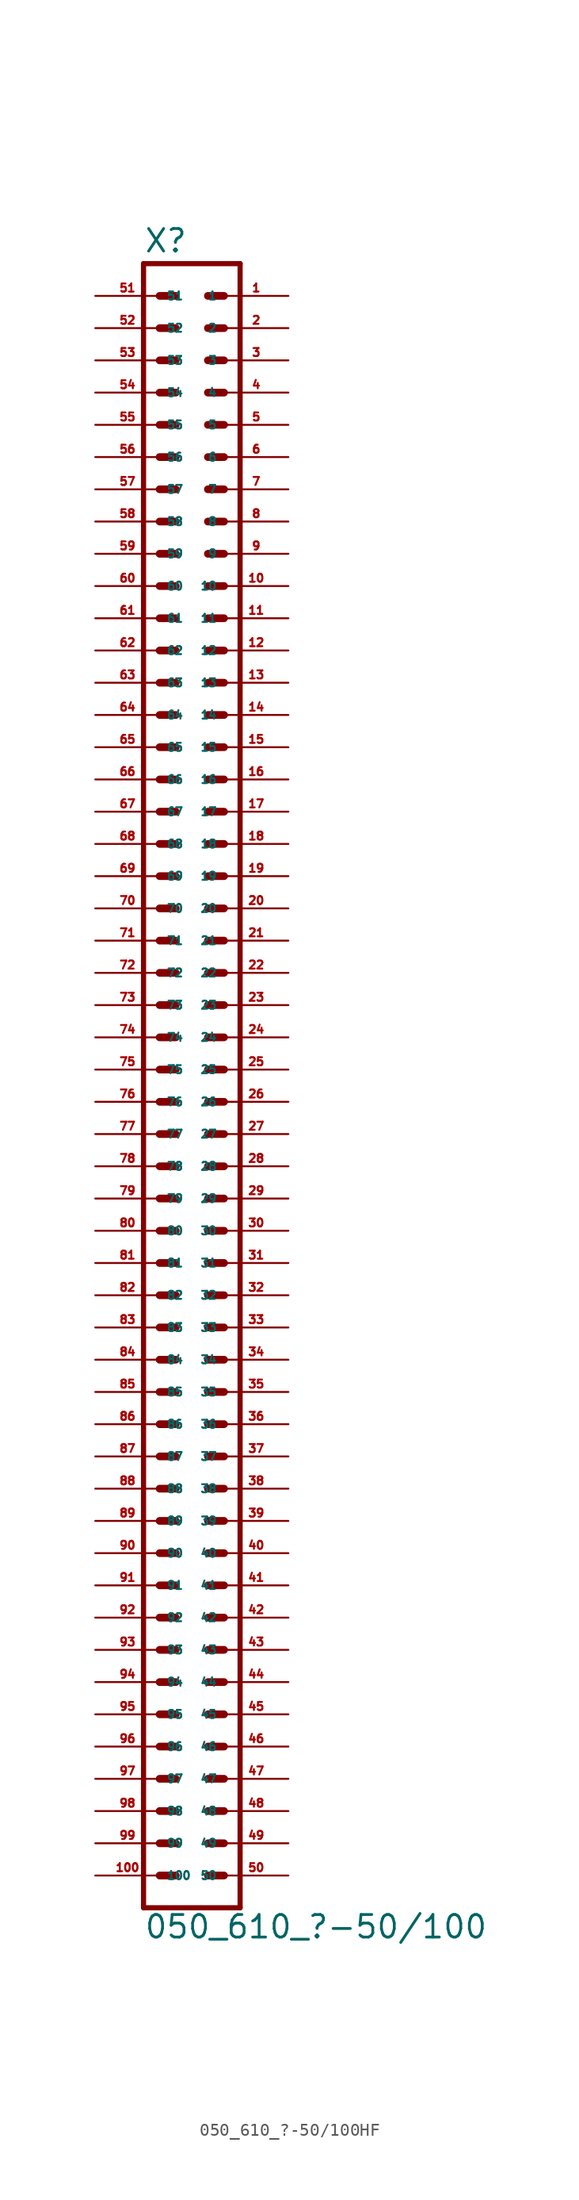
<source format=kicad_sym>
(kicad_symbol_lib
  (version 20220914)
  (generator Eagle2Kicad)
  (symbol "050_610_?-50/100HF"
    (property "Reference" "X"
      (at -3.81 61.722 0)
      (effects (font (size 1.778 1.778) (thickness 0.22)) (justify left bottom)))
    (property "Value" "050_610_?-50/100"
      (at -3.81 -71.12 0)
      (effects (font (size 1.778 1.778) (thickness 0.22)) (justify left bottom)))
    (polyline
      (pts (xy 3.81 -68.58) (xy -3.81 -68.58))
      (stroke (width 0.406) (type default))
      (fill (type none)))
    (polyline
      (pts (xy -3.81 60.96) (xy -3.81 -68.58))
      (stroke (width 0.406) (type default))
      (fill (type none)))
    (polyline
      (pts (xy 3.81 -68.58) (xy 3.81 60.96))
      (stroke (width 0.406) (type default))
      (fill (type none)))
    (polyline
      (pts (xy -3.81 60.96) (xy 3.81 60.96))
      (stroke (width 0.406) (type default))
      (fill (type none)))
    (polyline
      (pts (xy 1.27 58.42) (xy 2.54 58.42))
      (stroke (width 0.61) (type default))
      (fill (type none)))
    (polyline
      (pts (xy 1.27 55.88) (xy 2.54 55.88))
      (stroke (width 0.61) (type default))
      (fill (type none)))
    (polyline
      (pts (xy 1.27 53.34) (xy 2.54 53.34))
      (stroke (width 0.61) (type default))
      (fill (type none)))
    (polyline
      (pts (xy 1.27 50.8) (xy 2.54 50.8))
      (stroke (width 0.61) (type default))
      (fill (type none)))
    (polyline
      (pts (xy 1.27 48.26) (xy 2.54 48.26))
      (stroke (width 0.61) (type default))
      (fill (type none)))
    (polyline
      (pts (xy 1.27 45.72) (xy 2.54 45.72))
      (stroke (width 0.61) (type default))
      (fill (type none)))
    (polyline
      (pts (xy 1.27 43.18) (xy 2.54 43.18))
      (stroke (width 0.61) (type default))
      (fill (type none)))
    (polyline
      (pts (xy 1.27 40.64) (xy 2.54 40.64))
      (stroke (width 0.61) (type default))
      (fill (type none)))
    (polyline
      (pts (xy 1.27 38.1) (xy 2.54 38.1))
      (stroke (width 0.61) (type default))
      (fill (type none)))
    (polyline
      (pts (xy 1.27 35.56) (xy 2.54 35.56))
      (stroke (width 0.61) (type default))
      (fill (type none)))
    (polyline
      (pts (xy 1.27 33.02) (xy 2.54 33.02))
      (stroke (width 0.61) (type default))
      (fill (type none)))
    (polyline
      (pts (xy 1.27 30.48) (xy 2.54 30.48))
      (stroke (width 0.61) (type default))
      (fill (type none)))
    (polyline
      (pts (xy 1.27 27.94) (xy 2.54 27.94))
      (stroke (width 0.61) (type default))
      (fill (type none)))
    (polyline
      (pts (xy 1.27 25.4) (xy 2.54 25.4))
      (stroke (width 0.61) (type default))
      (fill (type none)))
    (polyline
      (pts (xy 1.27 22.86) (xy 2.54 22.86))
      (stroke (width 0.61) (type default))
      (fill (type none)))
    (polyline
      (pts (xy 1.27 20.32) (xy 2.54 20.32))
      (stroke (width 0.61) (type default))
      (fill (type none)))
    (polyline
      (pts (xy 1.27 17.78) (xy 2.54 17.78))
      (stroke (width 0.61) (type default))
      (fill (type none)))
    (polyline
      (pts (xy 1.27 15.24) (xy 2.54 15.24))
      (stroke (width 0.61) (type default))
      (fill (type none)))
    (polyline
      (pts (xy 1.27 12.7) (xy 2.54 12.7))
      (stroke (width 0.61) (type default))
      (fill (type none)))
    (polyline
      (pts (xy 1.27 10.16) (xy 2.54 10.16))
      (stroke (width 0.61) (type default))
      (fill (type none)))
    (polyline
      (pts (xy 1.27 7.62) (xy 2.54 7.62))
      (stroke (width 0.61) (type default))
      (fill (type none)))
    (polyline
      (pts (xy 1.27 5.08) (xy 2.54 5.08))
      (stroke (width 0.61) (type default))
      (fill (type none)))
    (polyline
      (pts (xy 1.27 2.54) (xy 2.54 2.54))
      (stroke (width 0.61) (type default))
      (fill (type none)))
    (polyline
      (pts (xy 1.27 0) (xy 2.54 0))
      (stroke (width 0.61) (type default))
      (fill (type none)))
    (polyline
      (pts (xy 1.27 -2.54) (xy 2.54 -2.54))
      (stroke (width 0.61) (type default))
      (fill (type none)))
    (polyline
      (pts (xy 1.27 -5.08) (xy 2.54 -5.08))
      (stroke (width 0.61) (type default))
      (fill (type none)))
    (polyline
      (pts (xy 1.27 -7.62) (xy 2.54 -7.62))
      (stroke (width 0.61) (type default))
      (fill (type none)))
    (polyline
      (pts (xy 1.27 -10.16) (xy 2.54 -10.16))
      (stroke (width 0.61) (type default))
      (fill (type none)))
    (polyline
      (pts (xy 1.27 -12.7) (xy 2.54 -12.7))
      (stroke (width 0.61) (type default))
      (fill (type none)))
    (polyline
      (pts (xy 1.27 -15.24) (xy 2.54 -15.24))
      (stroke (width 0.61) (type default))
      (fill (type none)))
    (polyline
      (pts (xy 1.27 -17.78) (xy 2.54 -17.78))
      (stroke (width 0.61) (type default))
      (fill (type none)))
    (polyline
      (pts (xy 1.27 -20.32) (xy 2.54 -20.32))
      (stroke (width 0.61) (type default))
      (fill (type none)))
    (polyline
      (pts (xy 1.27 -22.86) (xy 2.54 -22.86))
      (stroke (width 0.61) (type default))
      (fill (type none)))
    (polyline
      (pts (xy 1.27 -25.4) (xy 2.54 -25.4))
      (stroke (width 0.61) (type default))
      (fill (type none)))
    (polyline
      (pts (xy 1.27 -27.94) (xy 2.54 -27.94))
      (stroke (width 0.61) (type default))
      (fill (type none)))
    (polyline
      (pts (xy 1.27 -30.48) (xy 2.54 -30.48))
      (stroke (width 0.61) (type default))
      (fill (type none)))
    (polyline
      (pts (xy 1.27 -33.02) (xy 2.54 -33.02))
      (stroke (width 0.61) (type default))
      (fill (type none)))
    (polyline
      (pts (xy 1.27 -35.56) (xy 2.54 -35.56))
      (stroke (width 0.61) (type default))
      (fill (type none)))
    (polyline
      (pts (xy 1.27 -38.1) (xy 2.54 -38.1))
      (stroke (width 0.61) (type default))
      (fill (type none)))
    (polyline
      (pts (xy 1.27 -40.64) (xy 2.54 -40.64))
      (stroke (width 0.61) (type default))
      (fill (type none)))
    (polyline
      (pts (xy 1.27 -43.18) (xy 2.54 -43.18))
      (stroke (width 0.61) (type default))
      (fill (type none)))
    (polyline
      (pts (xy 1.27 -45.72) (xy 2.54 -45.72))
      (stroke (width 0.61) (type default))
      (fill (type none)))
    (polyline
      (pts (xy 1.27 -48.26) (xy 2.54 -48.26))
      (stroke (width 0.61) (type default))
      (fill (type none)))
    (polyline
      (pts (xy 1.27 -50.8) (xy 2.54 -50.8))
      (stroke (width 0.61) (type default))
      (fill (type none)))
    (polyline
      (pts (xy 1.27 -53.34) (xy 2.54 -53.34))
      (stroke (width 0.61) (type default))
      (fill (type none)))
    (polyline
      (pts (xy 1.27 -55.88) (xy 2.54 -55.88))
      (stroke (width 0.61) (type default))
      (fill (type none)))
    (polyline
      (pts (xy 1.27 -58.42) (xy 2.54 -58.42))
      (stroke (width 0.61) (type default))
      (fill (type none)))
    (polyline
      (pts (xy 1.27 -60.96) (xy 2.54 -60.96))
      (stroke (width 0.61) (type default))
      (fill (type none)))
    (polyline
      (pts (xy 1.27 -63.5) (xy 2.54 -63.5))
      (stroke (width 0.61) (type default))
      (fill (type none)))
    (polyline
      (pts (xy 1.27 -66.04) (xy 2.54 -66.04))
      (stroke (width 0.61) (type default))
      (fill (type none)))
    (polyline
      (pts (xy -1.27 58.42) (xy -2.54 58.42))
      (stroke (width 0.61) (type default))
      (fill (type none)))
    (polyline
      (pts (xy -1.27 55.88) (xy -2.54 55.88))
      (stroke (width 0.61) (type default))
      (fill (type none)))
    (polyline
      (pts (xy -1.27 53.34) (xy -2.54 53.34))
      (stroke (width 0.61) (type default))
      (fill (type none)))
    (polyline
      (pts (xy -1.27 50.8) (xy -2.54 50.8))
      (stroke (width 0.61) (type default))
      (fill (type none)))
    (polyline
      (pts (xy -1.27 48.26) (xy -2.54 48.26))
      (stroke (width 0.61) (type default))
      (fill (type none)))
    (polyline
      (pts (xy -1.27 45.72) (xy -2.54 45.72))
      (stroke (width 0.61) (type default))
      (fill (type none)))
    (polyline
      (pts (xy -1.27 43.18) (xy -2.54 43.18))
      (stroke (width 0.61) (type default))
      (fill (type none)))
    (polyline
      (pts (xy -1.27 40.64) (xy -2.54 40.64))
      (stroke (width 0.61) (type default))
      (fill (type none)))
    (polyline
      (pts (xy -1.27 38.1) (xy -2.54 38.1))
      (stroke (width 0.61) (type default))
      (fill (type none)))
    (polyline
      (pts (xy -1.27 35.56) (xy -2.54 35.56))
      (stroke (width 0.61) (type default))
      (fill (type none)))
    (polyline
      (pts (xy -1.27 33.02) (xy -2.54 33.02))
      (stroke (width 0.61) (type default))
      (fill (type none)))
    (polyline
      (pts (xy -1.27 30.48) (xy -2.54 30.48))
      (stroke (width 0.61) (type default))
      (fill (type none)))
    (polyline
      (pts (xy -1.27 27.94) (xy -2.54 27.94))
      (stroke (width 0.61) (type default))
      (fill (type none)))
    (polyline
      (pts (xy -1.27 25.4) (xy -2.54 25.4))
      (stroke (width 0.61) (type default))
      (fill (type none)))
    (polyline
      (pts (xy -1.27 22.86) (xy -2.54 22.86))
      (stroke (width 0.61) (type default))
      (fill (type none)))
    (polyline
      (pts (xy -1.27 20.32) (xy -2.54 20.32))
      (stroke (width 0.61) (type default))
      (fill (type none)))
    (polyline
      (pts (xy -1.27 17.78) (xy -2.54 17.78))
      (stroke (width 0.61) (type default))
      (fill (type none)))
    (polyline
      (pts (xy -1.27 15.24) (xy -2.54 15.24))
      (stroke (width 0.61) (type default))
      (fill (type none)))
    (polyline
      (pts (xy -1.27 12.7) (xy -2.54 12.7))
      (stroke (width 0.61) (type default))
      (fill (type none)))
    (polyline
      (pts (xy -1.27 10.16) (xy -2.54 10.16))
      (stroke (width 0.61) (type default))
      (fill (type none)))
    (polyline
      (pts (xy -1.27 7.62) (xy -2.54 7.62))
      (stroke (width 0.61) (type default))
      (fill (type none)))
    (polyline
      (pts (xy -1.27 5.08) (xy -2.54 5.08))
      (stroke (width 0.61) (type default))
      (fill (type none)))
    (polyline
      (pts (xy -1.27 2.54) (xy -2.54 2.54))
      (stroke (width 0.61) (type default))
      (fill (type none)))
    (polyline
      (pts (xy -1.27 0) (xy -2.54 0))
      (stroke (width 0.61) (type default))
      (fill (type none)))
    (polyline
      (pts (xy -1.27 -2.54) (xy -2.54 -2.54))
      (stroke (width 0.61) (type default))
      (fill (type none)))
    (polyline
      (pts (xy -1.27 -5.08) (xy -2.54 -5.08))
      (stroke (width 0.61) (type default))
      (fill (type none)))
    (polyline
      (pts (xy -1.27 -7.62) (xy -2.54 -7.62))
      (stroke (width 0.61) (type default))
      (fill (type none)))
    (polyline
      (pts (xy -1.27 -10.16) (xy -2.54 -10.16))
      (stroke (width 0.61) (type default))
      (fill (type none)))
    (polyline
      (pts (xy -1.27 -12.7) (xy -2.54 -12.7))
      (stroke (width 0.61) (type default))
      (fill (type none)))
    (polyline
      (pts (xy -1.27 -15.24) (xy -2.54 -15.24))
      (stroke (width 0.61) (type default))
      (fill (type none)))
    (polyline
      (pts (xy -1.27 -17.78) (xy -2.54 -17.78))
      (stroke (width 0.61) (type default))
      (fill (type none)))
    (polyline
      (pts (xy -1.27 -20.32) (xy -2.54 -20.32))
      (stroke (width 0.61) (type default))
      (fill (type none)))
    (polyline
      (pts (xy -1.27 -22.86) (xy -2.54 -22.86))
      (stroke (width 0.61) (type default))
      (fill (type none)))
    (polyline
      (pts (xy -1.27 -25.4) (xy -2.54 -25.4))
      (stroke (width 0.61) (type default))
      (fill (type none)))
    (polyline
      (pts (xy -1.27 -27.94) (xy -2.54 -27.94))
      (stroke (width 0.61) (type default))
      (fill (type none)))
    (polyline
      (pts (xy -1.27 -30.48) (xy -2.54 -30.48))
      (stroke (width 0.61) (type default))
      (fill (type none)))
    (polyline
      (pts (xy -1.27 -33.02) (xy -2.54 -33.02))
      (stroke (width 0.61) (type default))
      (fill (type none)))
    (polyline
      (pts (xy -1.27 -35.56) (xy -2.54 -35.56))
      (stroke (width 0.61) (type default))
      (fill (type none)))
    (polyline
      (pts (xy -1.27 -38.1) (xy -2.54 -38.1))
      (stroke (width 0.61) (type default))
      (fill (type none)))
    (polyline
      (pts (xy -1.27 -40.64) (xy -2.54 -40.64))
      (stroke (width 0.61) (type default))
      (fill (type none)))
    (polyline
      (pts (xy -1.27 -43.18) (xy -2.54 -43.18))
      (stroke (width 0.61) (type default))
      (fill (type none)))
    (polyline
      (pts (xy -1.27 -45.72) (xy -2.54 -45.72))
      (stroke (width 0.61) (type default))
      (fill (type none)))
    (polyline
      (pts (xy -1.27 -48.26) (xy -2.54 -48.26))
      (stroke (width 0.61) (type default))
      (fill (type none)))
    (polyline
      (pts (xy -1.27 -50.8) (xy -2.54 -50.8))
      (stroke (width 0.61) (type default))
      (fill (type none)))
    (polyline
      (pts (xy -1.27 -53.34) (xy -2.54 -53.34))
      (stroke (width 0.61) (type default))
      (fill (type none)))
    (polyline
      (pts (xy -1.27 -55.88) (xy -2.54 -55.88))
      (stroke (width 0.61) (type default))
      (fill (type none)))
    (polyline
      (pts (xy -1.27 -58.42) (xy -2.54 -58.42))
      (stroke (width 0.61) (type default))
      (fill (type none)))
    (polyline
      (pts (xy -1.27 -60.96) (xy -2.54 -60.96))
      (stroke (width 0.61) (type default))
      (fill (type none)))
    (polyline
      (pts (xy -1.27 -63.5) (xy -2.54 -63.5))
      (stroke (width 0.61) (type default))
      (fill (type none)))
    (polyline
      (pts (xy -1.27 -66.04) (xy -2.54 -66.04))
      (stroke (width 0.61) (type default))
      (fill (type none)))
    (pin passive line
      (at 7.62 58.42 180)
      (length 5.08)
      (name "1" (effects (font (size 0.635 0.635) (thickness 0.08)) (justify left bottom)))
      (number "1" (effects (font (size 0.635 0.635) (thickness 0.08)) (justify left bottom))))
    (pin passive line
      (at 7.62 55.88 180)
      (length 5.08)
      (name "2" (effects (font (size 0.635 0.635) (thickness 0.08)) (justify left bottom)))
      (number "2" (effects (font (size 0.635 0.635) (thickness 0.08)) (justify left bottom))))
    (pin passive line
      (at 7.62 53.34 180)
      (length 5.08)
      (name "3" (effects (font (size 0.635 0.635) (thickness 0.08)) (justify left bottom)))
      (number "3" (effects (font (size 0.635 0.635) (thickness 0.08)) (justify left bottom))))
    (pin passive line
      (at 7.62 50.8 180)
      (length 5.08)
      (name "4" (effects (font (size 0.635 0.635) (thickness 0.08)) (justify left bottom)))
      (number "4" (effects (font (size 0.635 0.635) (thickness 0.08)) (justify left bottom))))
    (pin passive line
      (at 7.62 48.26 180)
      (length 5.08)
      (name "5" (effects (font (size 0.635 0.635) (thickness 0.08)) (justify left bottom)))
      (number "5" (effects (font (size 0.635 0.635) (thickness 0.08)) (justify left bottom))))
    (pin passive line
      (at 7.62 45.72 180)
      (length 5.08)
      (name "6" (effects (font (size 0.635 0.635) (thickness 0.08)) (justify left bottom)))
      (number "6" (effects (font (size 0.635 0.635) (thickness 0.08)) (justify left bottom))))
    (pin passive line
      (at 7.62 43.18 180)
      (length 5.08)
      (name "7" (effects (font (size 0.635 0.635) (thickness 0.08)) (justify left bottom)))
      (number "7" (effects (font (size 0.635 0.635) (thickness 0.08)) (justify left bottom))))
    (pin passive line
      (at 7.62 40.64 180)
      (length 5.08)
      (name "8" (effects (font (size 0.635 0.635) (thickness 0.08)) (justify left bottom)))
      (number "8" (effects (font (size 0.635 0.635) (thickness 0.08)) (justify left bottom))))
    (pin passive line
      (at 7.62 38.1 180)
      (length 5.08)
      (name "9" (effects (font (size 0.635 0.635) (thickness 0.08)) (justify left bottom)))
      (number "9" (effects (font (size 0.635 0.635) (thickness 0.08)) (justify left bottom))))
    (pin passive line
      (at 7.62 35.56 180)
      (length 5.08)
      (name "10" (effects (font (size 0.635 0.635) (thickness 0.08)) (justify left bottom)))
      (number "10" (effects (font (size 0.635 0.635) (thickness 0.08)) (justify left bottom))))
    (pin passive line
      (at 7.62 33.02 180)
      (length 5.08)
      (name "11" (effects (font (size 0.635 0.635) (thickness 0.08)) (justify left bottom)))
      (number "11" (effects (font (size 0.635 0.635) (thickness 0.08)) (justify left bottom))))
    (pin passive line
      (at 7.62 30.48 180)
      (length 5.08)
      (name "12" (effects (font (size 0.635 0.635) (thickness 0.08)) (justify left bottom)))
      (number "12" (effects (font (size 0.635 0.635) (thickness 0.08)) (justify left bottom))))
    (pin passive line
      (at 7.62 27.94 180)
      (length 5.08)
      (name "13" (effects (font (size 0.635 0.635) (thickness 0.08)) (justify left bottom)))
      (number "13" (effects (font (size 0.635 0.635) (thickness 0.08)) (justify left bottom))))
    (pin passive line
      (at 7.62 25.4 180)
      (length 5.08)
      (name "14" (effects (font (size 0.635 0.635) (thickness 0.08)) (justify left bottom)))
      (number "14" (effects (font (size 0.635 0.635) (thickness 0.08)) (justify left bottom))))
    (pin passive line
      (at 7.62 22.86 180)
      (length 5.08)
      (name "15" (effects (font (size 0.635 0.635) (thickness 0.08)) (justify left bottom)))
      (number "15" (effects (font (size 0.635 0.635) (thickness 0.08)) (justify left bottom))))
    (pin passive line
      (at 7.62 20.32 180)
      (length 5.08)
      (name "16" (effects (font (size 0.635 0.635) (thickness 0.08)) (justify left bottom)))
      (number "16" (effects (font (size 0.635 0.635) (thickness 0.08)) (justify left bottom))))
    (pin passive line
      (at 7.62 17.78 180)
      (length 5.08)
      (name "17" (effects (font (size 0.635 0.635) (thickness 0.08)) (justify left bottom)))
      (number "17" (effects (font (size 0.635 0.635) (thickness 0.08)) (justify left bottom))))
    (pin passive line
      (at 7.62 15.24 180)
      (length 5.08)
      (name "18" (effects (font (size 0.635 0.635) (thickness 0.08)) (justify left bottom)))
      (number "18" (effects (font (size 0.635 0.635) (thickness 0.08)) (justify left bottom))))
    (pin passive line
      (at 7.62 12.7 180)
      (length 5.08)
      (name "19" (effects (font (size 0.635 0.635) (thickness 0.08)) (justify left bottom)))
      (number "19" (effects (font (size 0.635 0.635) (thickness 0.08)) (justify left bottom))))
    (pin passive line
      (at 7.62 10.16 180)
      (length 5.08)
      (name "20" (effects (font (size 0.635 0.635) (thickness 0.08)) (justify left bottom)))
      (number "20" (effects (font (size 0.635 0.635) (thickness 0.08)) (justify left bottom))))
    (pin passive line
      (at 7.62 7.62 180)
      (length 5.08)
      (name "21" (effects (font (size 0.635 0.635) (thickness 0.08)) (justify left bottom)))
      (number "21" (effects (font (size 0.635 0.635) (thickness 0.08)) (justify left bottom))))
    (pin passive line
      (at 7.62 5.08 180)
      (length 5.08)
      (name "22" (effects (font (size 0.635 0.635) (thickness 0.08)) (justify left bottom)))
      (number "22" (effects (font (size 0.635 0.635) (thickness 0.08)) (justify left bottom))))
    (pin passive line
      (at 7.62 2.54 180)
      (length 5.08)
      (name "23" (effects (font (size 0.635 0.635) (thickness 0.08)) (justify left bottom)))
      (number "23" (effects (font (size 0.635 0.635) (thickness 0.08)) (justify left bottom))))
    (pin passive line
      (at 7.62 0 180)
      (length 5.08)
      (name "24" (effects (font (size 0.635 0.635) (thickness 0.08)) (justify left bottom)))
      (number "24" (effects (font (size 0.635 0.635) (thickness 0.08)) (justify left bottom))))
    (pin passive line
      (at 7.62 -2.54 180)
      (length 5.08)
      (name "25" (effects (font (size 0.635 0.635) (thickness 0.08)) (justify left bottom)))
      (number "25" (effects (font (size 0.635 0.635) (thickness 0.08)) (justify left bottom))))
    (pin passive line
      (at 7.62 -5.08 180)
      (length 5.08)
      (name "26" (effects (font (size 0.635 0.635) (thickness 0.08)) (justify left bottom)))
      (number "26" (effects (font (size 0.635 0.635) (thickness 0.08)) (justify left bottom))))
    (pin passive line
      (at 7.62 -7.62 180)
      (length 5.08)
      (name "27" (effects (font (size 0.635 0.635) (thickness 0.08)) (justify left bottom)))
      (number "27" (effects (font (size 0.635 0.635) (thickness 0.08)) (justify left bottom))))
    (pin passive line
      (at 7.62 -10.16 180)
      (length 5.08)
      (name "28" (effects (font (size 0.635 0.635) (thickness 0.08)) (justify left bottom)))
      (number "28" (effects (font (size 0.635 0.635) (thickness 0.08)) (justify left bottom))))
    (pin passive line
      (at 7.62 -12.7 180)
      (length 5.08)
      (name "29" (effects (font (size 0.635 0.635) (thickness 0.08)) (justify left bottom)))
      (number "29" (effects (font (size 0.635 0.635) (thickness 0.08)) (justify left bottom))))
    (pin passive line
      (at 7.62 -15.24 180)
      (length 5.08)
      (name "30" (effects (font (size 0.635 0.635) (thickness 0.08)) (justify left bottom)))
      (number "30" (effects (font (size 0.635 0.635) (thickness 0.08)) (justify left bottom))))
    (pin passive line
      (at 7.62 -17.78 180)
      (length 5.08)
      (name "31" (effects (font (size 0.635 0.635) (thickness 0.08)) (justify left bottom)))
      (number "31" (effects (font (size 0.635 0.635) (thickness 0.08)) (justify left bottom))))
    (pin passive line
      (at 7.62 -20.32 180)
      (length 5.08)
      (name "32" (effects (font (size 0.635 0.635) (thickness 0.08)) (justify left bottom)))
      (number "32" (effects (font (size 0.635 0.635) (thickness 0.08)) (justify left bottom))))
    (pin passive line
      (at 7.62 -22.86 180)
      (length 5.08)
      (name "33" (effects (font (size 0.635 0.635) (thickness 0.08)) (justify left bottom)))
      (number "33" (effects (font (size 0.635 0.635) (thickness 0.08)) (justify left bottom))))
    (pin passive line
      (at 7.62 -25.4 180)
      (length 5.08)
      (name "34" (effects (font (size 0.635 0.635) (thickness 0.08)) (justify left bottom)))
      (number "34" (effects (font (size 0.635 0.635) (thickness 0.08)) (justify left bottom))))
    (pin passive line
      (at 7.62 -27.94 180)
      (length 5.08)
      (name "35" (effects (font (size 0.635 0.635) (thickness 0.08)) (justify left bottom)))
      (number "35" (effects (font (size 0.635 0.635) (thickness 0.08)) (justify left bottom))))
    (pin passive line
      (at 7.62 -30.48 180)
      (length 5.08)
      (name "36" (effects (font (size 0.635 0.635) (thickness 0.08)) (justify left bottom)))
      (number "36" (effects (font (size 0.635 0.635) (thickness 0.08)) (justify left bottom))))
    (pin passive line
      (at 7.62 -33.02 180)
      (length 5.08)
      (name "37" (effects (font (size 0.635 0.635) (thickness 0.08)) (justify left bottom)))
      (number "37" (effects (font (size 0.635 0.635) (thickness 0.08)) (justify left bottom))))
    (pin passive line
      (at 7.62 -35.56 180)
      (length 5.08)
      (name "38" (effects (font (size 0.635 0.635) (thickness 0.08)) (justify left bottom)))
      (number "38" (effects (font (size 0.635 0.635) (thickness 0.08)) (justify left bottom))))
    (pin passive line
      (at 7.62 -38.1 180)
      (length 5.08)
      (name "39" (effects (font (size 0.635 0.635) (thickness 0.08)) (justify left bottom)))
      (number "39" (effects (font (size 0.635 0.635) (thickness 0.08)) (justify left bottom))))
    (pin passive line
      (at 7.62 -40.64 180)
      (length 5.08)
      (name "40" (effects (font (size 0.635 0.635) (thickness 0.08)) (justify left bottom)))
      (number "40" (effects (font (size 0.635 0.635) (thickness 0.08)) (justify left bottom))))
    (pin passive line
      (at 7.62 -43.18 180)
      (length 5.08)
      (name "41" (effects (font (size 0.635 0.635) (thickness 0.08)) (justify left bottom)))
      (number "41" (effects (font (size 0.635 0.635) (thickness 0.08)) (justify left bottom))))
    (pin passive line
      (at 7.62 -45.72 180)
      (length 5.08)
      (name "42" (effects (font (size 0.635 0.635) (thickness 0.08)) (justify left bottom)))
      (number "42" (effects (font (size 0.635 0.635) (thickness 0.08)) (justify left bottom))))
    (pin passive line
      (at 7.62 -48.26 180)
      (length 5.08)
      (name "43" (effects (font (size 0.635 0.635) (thickness 0.08)) (justify left bottom)))
      (number "43" (effects (font (size 0.635 0.635) (thickness 0.08)) (justify left bottom))))
    (pin passive line
      (at 7.62 -50.8 180)
      (length 5.08)
      (name "44" (effects (font (size 0.635 0.635) (thickness 0.08)) (justify left bottom)))
      (number "44" (effects (font (size 0.635 0.635) (thickness 0.08)) (justify left bottom))))
    (pin passive line
      (at 7.62 -53.34 180)
      (length 5.08)
      (name "45" (effects (font (size 0.635 0.635) (thickness 0.08)) (justify left bottom)))
      (number "45" (effects (font (size 0.635 0.635) (thickness 0.08)) (justify left bottom))))
    (pin passive line
      (at 7.62 -55.88 180)
      (length 5.08)
      (name "46" (effects (font (size 0.635 0.635) (thickness 0.08)) (justify left bottom)))
      (number "46" (effects (font (size 0.635 0.635) (thickness 0.08)) (justify left bottom))))
    (pin passive line
      (at 7.62 -58.42 180)
      (length 5.08)
      (name "47" (effects (font (size 0.635 0.635) (thickness 0.08)) (justify left bottom)))
      (number "47" (effects (font (size 0.635 0.635) (thickness 0.08)) (justify left bottom))))
    (pin passive line
      (at 7.62 -60.96 180)
      (length 5.08)
      (name "48" (effects (font (size 0.635 0.635) (thickness 0.08)) (justify left bottom)))
      (number "48" (effects (font (size 0.635 0.635) (thickness 0.08)) (justify left bottom))))
    (pin passive line
      (at 7.62 -63.5 180)
      (length 5.08)
      (name "49" (effects (font (size 0.635 0.635) (thickness 0.08)) (justify left bottom)))
      (number "49" (effects (font (size 0.635 0.635) (thickness 0.08)) (justify left bottom))))
    (pin passive line
      (at 7.62 -66.04 180)
      (length 5.08)
      (name "50" (effects (font (size 0.635 0.635) (thickness 0.08)) (justify left bottom)))
      (number "50" (effects (font (size 0.635 0.635) (thickness 0.08)) (justify left bottom))))
    (pin passive line
      (at -7.62 58.42 0)
      (length 5.08)
      (name "51" (effects (font (size 0.635 0.635) (thickness 0.08)) (justify left bottom)))
      (number "51" (effects (font (size 0.635 0.635) (thickness 0.08)) (justify left bottom))))
    (pin passive line
      (at -7.62 55.88 0)
      (length 5.08)
      (name "52" (effects (font (size 0.635 0.635) (thickness 0.08)) (justify left bottom)))
      (number "52" (effects (font (size 0.635 0.635) (thickness 0.08)) (justify left bottom))))
    (pin passive line
      (at -7.62 53.34 0)
      (length 5.08)
      (name "53" (effects (font (size 0.635 0.635) (thickness 0.08)) (justify left bottom)))
      (number "53" (effects (font (size 0.635 0.635) (thickness 0.08)) (justify left bottom))))
    (pin passive line
      (at -7.62 50.8 0)
      (length 5.08)
      (name "54" (effects (font (size 0.635 0.635) (thickness 0.08)) (justify left bottom)))
      (number "54" (effects (font (size 0.635 0.635) (thickness 0.08)) (justify left bottom))))
    (pin passive line
      (at -7.62 48.26 0)
      (length 5.08)
      (name "55" (effects (font (size 0.635 0.635) (thickness 0.08)) (justify left bottom)))
      (number "55" (effects (font (size 0.635 0.635) (thickness 0.08)) (justify left bottom))))
    (pin passive line
      (at -7.62 45.72 0)
      (length 5.08)
      (name "56" (effects (font (size 0.635 0.635) (thickness 0.08)) (justify left bottom)))
      (number "56" (effects (font (size 0.635 0.635) (thickness 0.08)) (justify left bottom))))
    (pin passive line
      (at -7.62 43.18 0)
      (length 5.08)
      (name "57" (effects (font (size 0.635 0.635) (thickness 0.08)) (justify left bottom)))
      (number "57" (effects (font (size 0.635 0.635) (thickness 0.08)) (justify left bottom))))
    (pin passive line
      (at -7.62 40.64 0)
      (length 5.08)
      (name "58" (effects (font (size 0.635 0.635) (thickness 0.08)) (justify left bottom)))
      (number "58" (effects (font (size 0.635 0.635) (thickness 0.08)) (justify left bottom))))
    (pin passive line
      (at -7.62 38.1 0)
      (length 5.08)
      (name "59" (effects (font (size 0.635 0.635) (thickness 0.08)) (justify left bottom)))
      (number "59" (effects (font (size 0.635 0.635) (thickness 0.08)) (justify left bottom))))
    (pin passive line
      (at -7.62 35.56 0)
      (length 5.08)
      (name "60" (effects (font (size 0.635 0.635) (thickness 0.08)) (justify left bottom)))
      (number "60" (effects (font (size 0.635 0.635) (thickness 0.08)) (justify left bottom))))
    (pin passive line
      (at -7.62 33.02 0)
      (length 5.08)
      (name "61" (effects (font (size 0.635 0.635) (thickness 0.08)) (justify left bottom)))
      (number "61" (effects (font (size 0.635 0.635) (thickness 0.08)) (justify left bottom))))
    (pin passive line
      (at -7.62 30.48 0)
      (length 5.08)
      (name "62" (effects (font (size 0.635 0.635) (thickness 0.08)) (justify left bottom)))
      (number "62" (effects (font (size 0.635 0.635) (thickness 0.08)) (justify left bottom))))
    (pin passive line
      (at -7.62 27.94 0)
      (length 5.08)
      (name "63" (effects (font (size 0.635 0.635) (thickness 0.08)) (justify left bottom)))
      (number "63" (effects (font (size 0.635 0.635) (thickness 0.08)) (justify left bottom))))
    (pin passive line
      (at -7.62 25.4 0)
      (length 5.08)
      (name "64" (effects (font (size 0.635 0.635) (thickness 0.08)) (justify left bottom)))
      (number "64" (effects (font (size 0.635 0.635) (thickness 0.08)) (justify left bottom))))
    (pin passive line
      (at -7.62 22.86 0)
      (length 5.08)
      (name "65" (effects (font (size 0.635 0.635) (thickness 0.08)) (justify left bottom)))
      (number "65" (effects (font (size 0.635 0.635) (thickness 0.08)) (justify left bottom))))
    (pin passive line
      (at -7.62 20.32 0)
      (length 5.08)
      (name "66" (effects (font (size 0.635 0.635) (thickness 0.08)) (justify left bottom)))
      (number "66" (effects (font (size 0.635 0.635) (thickness 0.08)) (justify left bottom))))
    (pin passive line
      (at -7.62 17.78 0)
      (length 5.08)
      (name "67" (effects (font (size 0.635 0.635) (thickness 0.08)) (justify left bottom)))
      (number "67" (effects (font (size 0.635 0.635) (thickness 0.08)) (justify left bottom))))
    (pin passive line
      (at -7.62 15.24 0)
      (length 5.08)
      (name "68" (effects (font (size 0.635 0.635) (thickness 0.08)) (justify left bottom)))
      (number "68" (effects (font (size 0.635 0.635) (thickness 0.08)) (justify left bottom))))
    (pin passive line
      (at -7.62 12.7 0)
      (length 5.08)
      (name "69" (effects (font (size 0.635 0.635) (thickness 0.08)) (justify left bottom)))
      (number "69" (effects (font (size 0.635 0.635) (thickness 0.08)) (justify left bottom))))
    (pin passive line
      (at -7.62 10.16 0)
      (length 5.08)
      (name "70" (effects (font (size 0.635 0.635) (thickness 0.08)) (justify left bottom)))
      (number "70" (effects (font (size 0.635 0.635) (thickness 0.08)) (justify left bottom))))
    (pin passive line
      (at -7.62 7.62 0)
      (length 5.08)
      (name "71" (effects (font (size 0.635 0.635) (thickness 0.08)) (justify left bottom)))
      (number "71" (effects (font (size 0.635 0.635) (thickness 0.08)) (justify left bottom))))
    (pin passive line
      (at -7.62 5.08 0)
      (length 5.08)
      (name "72" (effects (font (size 0.635 0.635) (thickness 0.08)) (justify left bottom)))
      (number "72" (effects (font (size 0.635 0.635) (thickness 0.08)) (justify left bottom))))
    (pin passive line
      (at -7.62 2.54 0)
      (length 5.08)
      (name "73" (effects (font (size 0.635 0.635) (thickness 0.08)) (justify left bottom)))
      (number "73" (effects (font (size 0.635 0.635) (thickness 0.08)) (justify left bottom))))
    (pin passive line
      (at -7.62 0 0)
      (length 5.08)
      (name "74" (effects (font (size 0.635 0.635) (thickness 0.08)) (justify left bottom)))
      (number "74" (effects (font (size 0.635 0.635) (thickness 0.08)) (justify left bottom))))
    (pin passive line
      (at -7.62 -2.54 0)
      (length 5.08)
      (name "75" (effects (font (size 0.635 0.635) (thickness 0.08)) (justify left bottom)))
      (number "75" (effects (font (size 0.635 0.635) (thickness 0.08)) (justify left bottom))))
    (pin passive line
      (at -7.62 -5.08 0)
      (length 5.08)
      (name "76" (effects (font (size 0.635 0.635) (thickness 0.08)) (justify left bottom)))
      (number "76" (effects (font (size 0.635 0.635) (thickness 0.08)) (justify left bottom))))
    (pin passive line
      (at -7.62 -7.62 0)
      (length 5.08)
      (name "77" (effects (font (size 0.635 0.635) (thickness 0.08)) (justify left bottom)))
      (number "77" (effects (font (size 0.635 0.635) (thickness 0.08)) (justify left bottom))))
    (pin passive line
      (at -7.62 -10.16 0)
      (length 5.08)
      (name "78" (effects (font (size 0.635 0.635) (thickness 0.08)) (justify left bottom)))
      (number "78" (effects (font (size 0.635 0.635) (thickness 0.08)) (justify left bottom))))
    (pin passive line
      (at -7.62 -12.7 0)
      (length 5.08)
      (name "79" (effects (font (size 0.635 0.635) (thickness 0.08)) (justify left bottom)))
      (number "79" (effects (font (size 0.635 0.635) (thickness 0.08)) (justify left bottom))))
    (pin passive line
      (at -7.62 -15.24 0)
      (length 5.08)
      (name "80" (effects (font (size 0.635 0.635) (thickness 0.08)) (justify left bottom)))
      (number "80" (effects (font (size 0.635 0.635) (thickness 0.08)) (justify left bottom))))
    (pin passive line
      (at -7.62 -17.78 0)
      (length 5.08)
      (name "81" (effects (font (size 0.635 0.635) (thickness 0.08)) (justify left bottom)))
      (number "81" (effects (font (size 0.635 0.635) (thickness 0.08)) (justify left bottom))))
    (pin passive line
      (at -7.62 -20.32 0)
      (length 5.08)
      (name "82" (effects (font (size 0.635 0.635) (thickness 0.08)) (justify left bottom)))
      (number "82" (effects (font (size 0.635 0.635) (thickness 0.08)) (justify left bottom))))
    (pin passive line
      (at -7.62 -22.86 0)
      (length 5.08)
      (name "83" (effects (font (size 0.635 0.635) (thickness 0.08)) (justify left bottom)))
      (number "83" (effects (font (size 0.635 0.635) (thickness 0.08)) (justify left bottom))))
    (pin passive line
      (at -7.62 -25.4 0)
      (length 5.08)
      (name "84" (effects (font (size 0.635 0.635) (thickness 0.08)) (justify left bottom)))
      (number "84" (effects (font (size 0.635 0.635) (thickness 0.08)) (justify left bottom))))
    (pin passive line
      (at -7.62 -27.94 0)
      (length 5.08)
      (name "85" (effects (font (size 0.635 0.635) (thickness 0.08)) (justify left bottom)))
      (number "85" (effects (font (size 0.635 0.635) (thickness 0.08)) (justify left bottom))))
    (pin passive line
      (at -7.62 -30.48 0)
      (length 5.08)
      (name "86" (effects (font (size 0.635 0.635) (thickness 0.08)) (justify left bottom)))
      (number "86" (effects (font (size 0.635 0.635) (thickness 0.08)) (justify left bottom))))
    (pin passive line
      (at -7.62 -33.02 0)
      (length 5.08)
      (name "87" (effects (font (size 0.635 0.635) (thickness 0.08)) (justify left bottom)))
      (number "87" (effects (font (size 0.635 0.635) (thickness 0.08)) (justify left bottom))))
    (pin passive line
      (at -7.62 -35.56 0)
      (length 5.08)
      (name "88" (effects (font (size 0.635 0.635) (thickness 0.08)) (justify left bottom)))
      (number "88" (effects (font (size 0.635 0.635) (thickness 0.08)) (justify left bottom))))
    (pin passive line
      (at -7.62 -38.1 0)
      (length 5.08)
      (name "89" (effects (font (size 0.635 0.635) (thickness 0.08)) (justify left bottom)))
      (number "89" (effects (font (size 0.635 0.635) (thickness 0.08)) (justify left bottom))))
    (pin passive line
      (at -7.62 -40.64 0)
      (length 5.08)
      (name "90" (effects (font (size 0.635 0.635) (thickness 0.08)) (justify left bottom)))
      (number "90" (effects (font (size 0.635 0.635) (thickness 0.08)) (justify left bottom))))
    (pin passive line
      (at -7.62 -43.18 0)
      (length 5.08)
      (name "91" (effects (font (size 0.635 0.635) (thickness 0.08)) (justify left bottom)))
      (number "91" (effects (font (size 0.635 0.635) (thickness 0.08)) (justify left bottom))))
    (pin passive line
      (at -7.62 -45.72 0)
      (length 5.08)
      (name "92" (effects (font (size 0.635 0.635) (thickness 0.08)) (justify left bottom)))
      (number "92" (effects (font (size 0.635 0.635) (thickness 0.08)) (justify left bottom))))
    (pin passive line
      (at -7.62 -48.26 0)
      (length 5.08)
      (name "93" (effects (font (size 0.635 0.635) (thickness 0.08)) (justify left bottom)))
      (number "93" (effects (font (size 0.635 0.635) (thickness 0.08)) (justify left bottom))))
    (pin passive line
      (at -7.62 -50.8 0)
      (length 5.08)
      (name "94" (effects (font (size 0.635 0.635) (thickness 0.08)) (justify left bottom)))
      (number "94" (effects (font (size 0.635 0.635) (thickness 0.08)) (justify left bottom))))
    (pin passive line
      (at -7.62 -53.34 0)
      (length 5.08)
      (name "95" (effects (font (size 0.635 0.635) (thickness 0.08)) (justify left bottom)))
      (number "95" (effects (font (size 0.635 0.635) (thickness 0.08)) (justify left bottom))))
    (pin passive line
      (at -7.62 -55.88 0)
      (length 5.08)
      (name "96" (effects (font (size 0.635 0.635) (thickness 0.08)) (justify left bottom)))
      (number "96" (effects (font (size 0.635 0.635) (thickness 0.08)) (justify left bottom))))
    (pin passive line
      (at -7.62 -58.42 0)
      (length 5.08)
      (name "97" (effects (font (size 0.635 0.635) (thickness 0.08)) (justify left bottom)))
      (number "97" (effects (font (size 0.635 0.635) (thickness 0.08)) (justify left bottom))))
    (pin passive line
      (at -7.62 -60.96 0)
      (length 5.08)
      (name "98" (effects (font (size 0.635 0.635) (thickness 0.08)) (justify left bottom)))
      (number "98" (effects (font (size 0.635 0.635) (thickness 0.08)) (justify left bottom))))
    (pin passive line
      (at -7.62 -63.5 0)
      (length 5.08)
      (name "99" (effects (font (size 0.635 0.635) (thickness 0.08)) (justify left bottom)))
      (number "99" (effects (font (size 0.635 0.635) (thickness 0.08)) (justify left bottom))))
    (pin passive line
      (at -7.62 -66.04 0)
      (length 5.08)
      (name "100" (effects (font (size 0.635 0.635) (thickness 0.08)) (justify left bottom)))
      (number "100" (effects (font (size 0.635 0.635) (thickness 0.08)) (justify left bottom))))))
</source>
